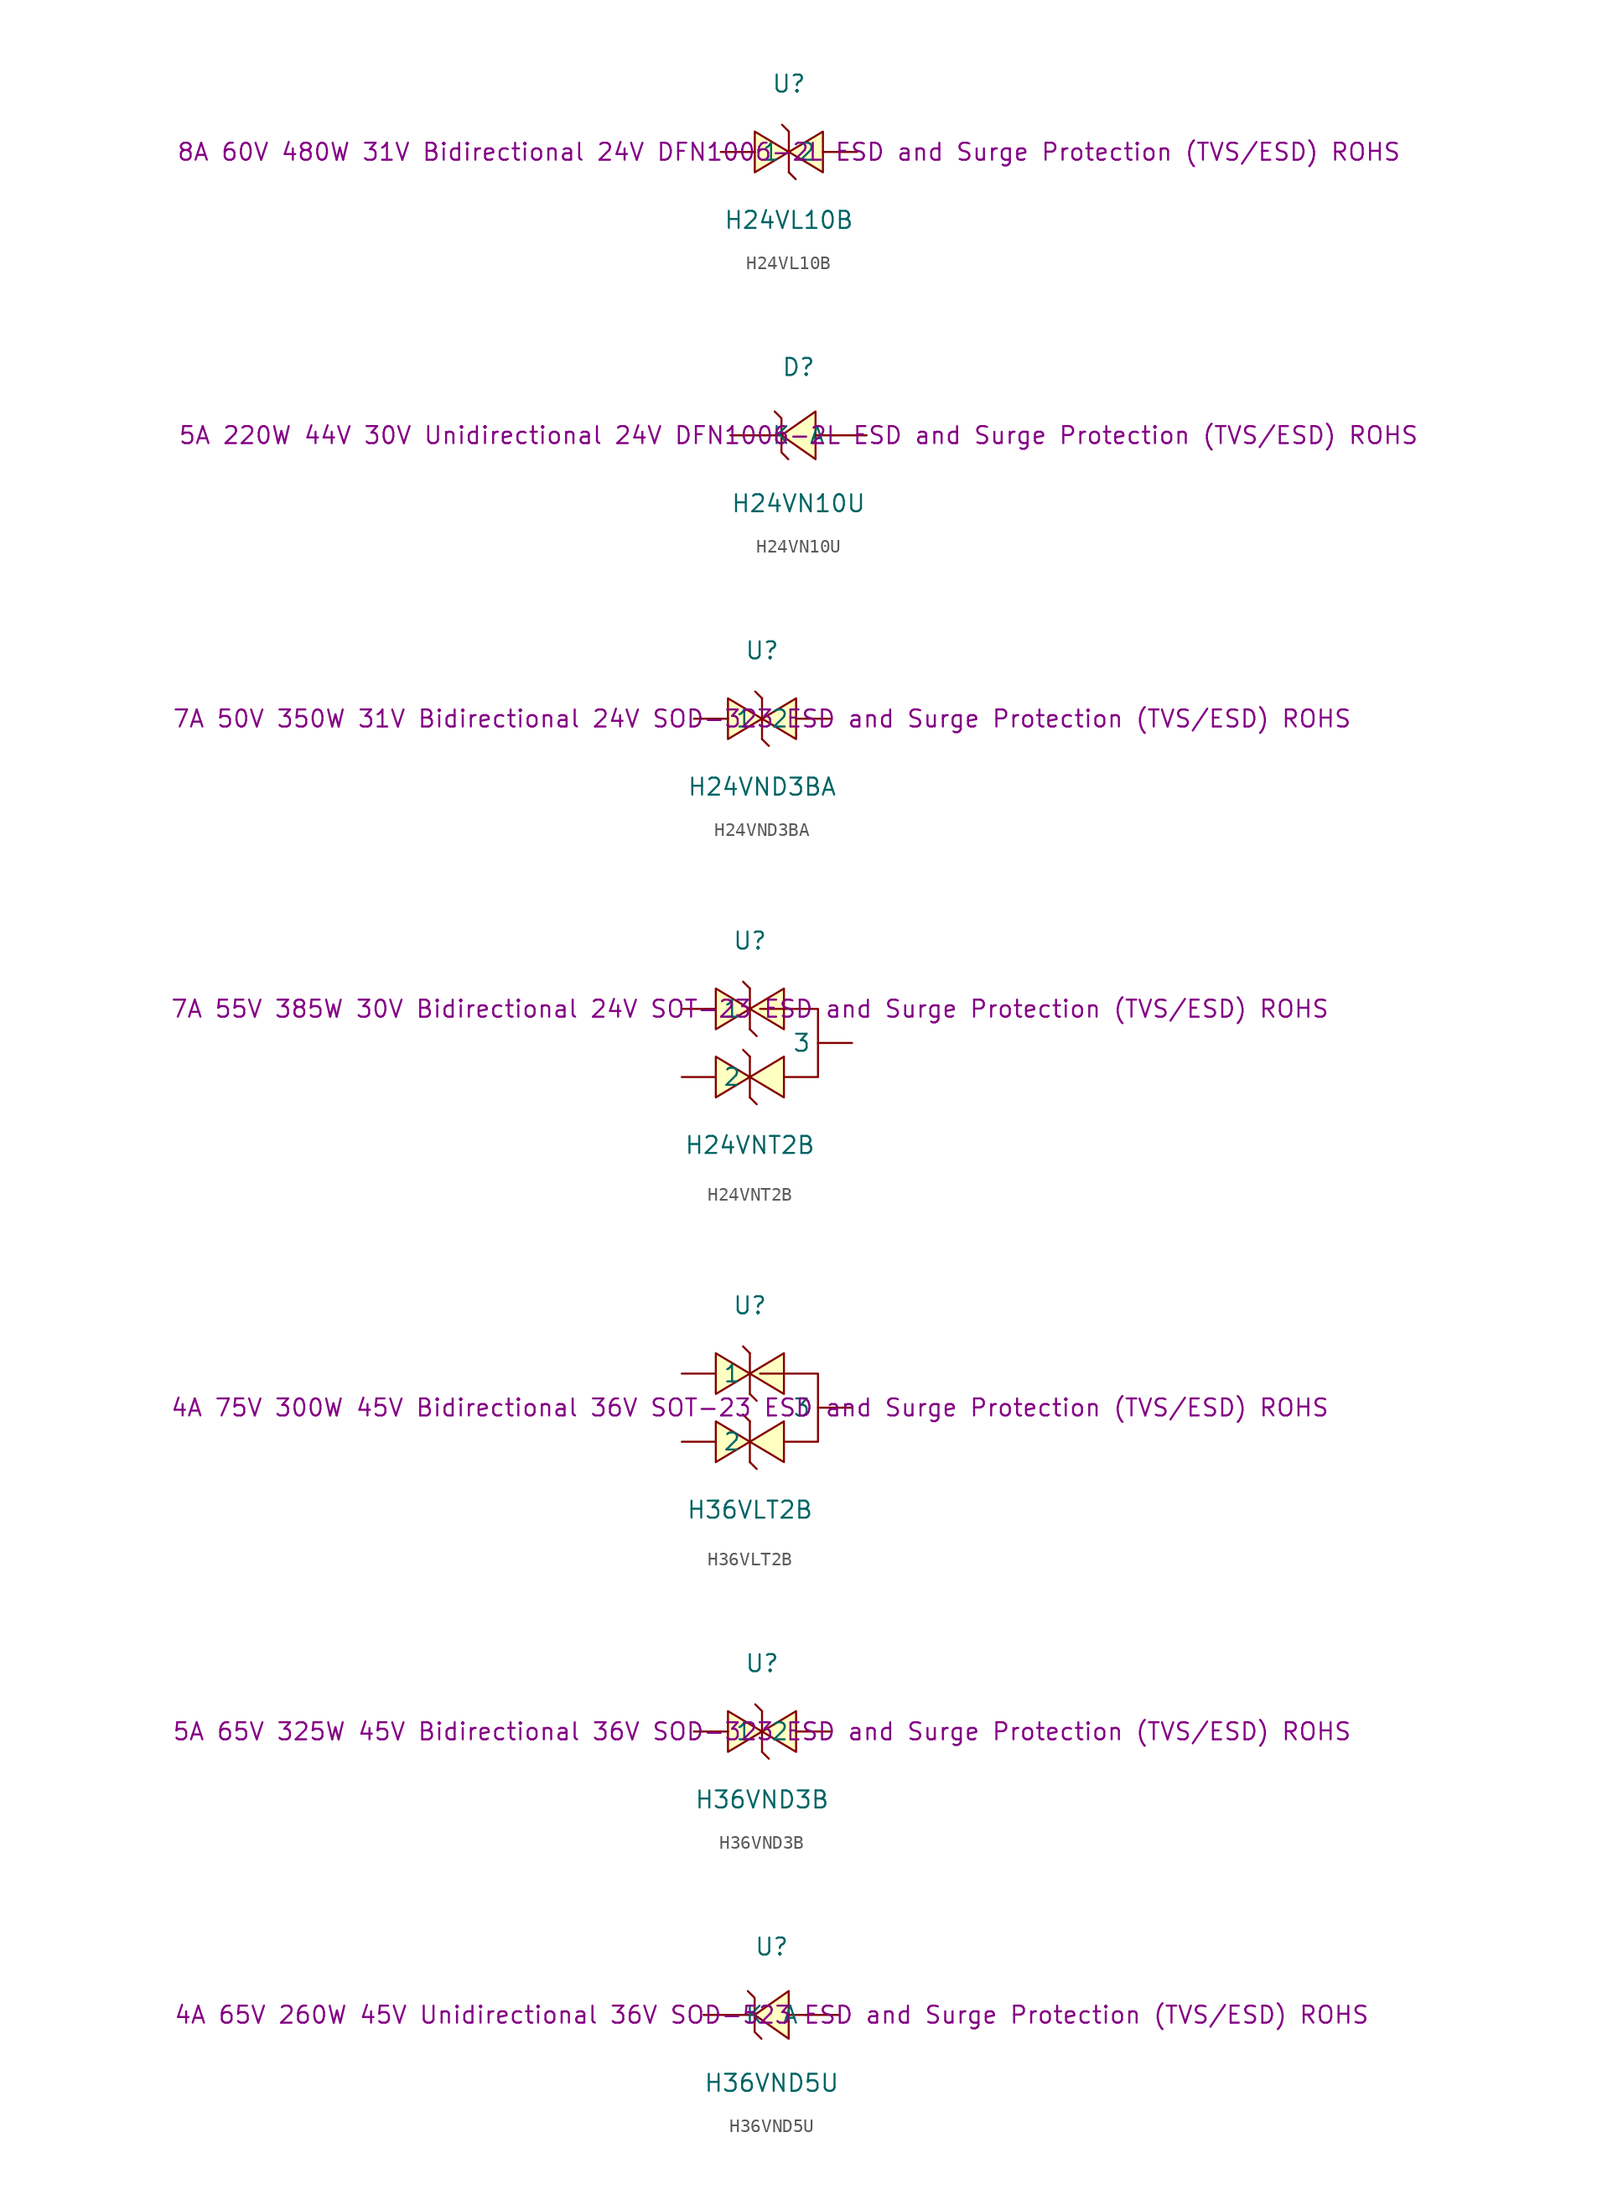
<source format=kicad_sym>
(kicad_symbol_lib
  (version 20241209)
  (generator "kicad_symbol_editor")
  (generator_version "9.0")
  (symbol "H24VL10B"
    (pin_numbers
      (hide yes))
    (property "Reference" "U"
      (at 0 5.08 0)
      (effects (font (size 1.27 1.27))))
    (property "Value" "H24VL10B"
      (at 0 -5.08 0)
      (effects (font (size 1.27 1.27))))
    (property "Description" "8A 60V 480W 31V Bidirectional 24V DFN1006-2L ESD and Surge Protection (TVS/ESD) ROHS"
      (at 0 0 0)
      (effects (font (size 1.27 1.27))))
    (symbol "H24VL10B_0_1"
      (polyline (pts (xy -2.54 1.52) (xy 0 0) (xy -2.54 -1.52) (xy -2.54 1.52)) (stroke (width 0) (type default)) (fill (type background)))
      (polyline (pts (xy 0 1.52) (xy -0.51 2.03) (xy 0 1.52)) (stroke (width 0) (type default)) (fill (type background)))
      (polyline (pts (xy 0 -1.52) (xy 0 1.52)) (stroke (width 0) (type default)) (fill (type none)))
      (polyline (pts (xy 0 -1.52) (xy 0.51 -2.03) (xy 0 -1.52)) (stroke (width 0) (type default)) (fill (type background)))
      (polyline (pts (xy 2.54 1.52) (xy 0 0) (xy 2.54 -1.52) (xy 2.54 1.52)) (stroke (width 0) (type default)) (fill (type background)))
      (pin unspecified line (at -5.08 0 0) (length 2.54) (name "1" (effects (font (size 1.27 1.27)))) (number "1" (effects (font (size 1.27 1.27)))))
      (pin unspecified line (at 5.08 0 180) (length 2.54) (name "2" (effects (font (size 1.27 1.27)))) (number "2" (effects (font (size 1.27 1.27)))))))
  (symbol "H24VN10U"
    (pin_numbers
      (hide yes))
    (property "Reference" "D"
      (at 0 5.08 0)
      (effects (font (size 1.27 1.27))))
    (property "Value" "H24VN10U"
      (at 0 -5.08 0)
      (effects (font (size 1.27 1.27))))
    (property "Description" "5A 220W 44V 30V Unidirectional 24V DFN1006-2L ESD and Surge Protection (TVS/ESD) ROHS"
      (at 0 0 0)
      (effects (font (size 1.27 1.27))))
    (symbol "H24VN10U_0_1"
      (polyline (pts (xy -1.78 1.78) (xy -1.27 1.27) (xy -1.27 -1.27) (xy -0.76 -1.78)) (stroke (width 0) (type default)) (fill (type none)))
      (polyline (pts (xy -1.27 0) (xy -2.54 0)) (stroke (width 0) (type default)) (fill (type none)))
      (polyline (pts (xy 1.27 1.78) (xy -1.27 0) (xy 1.27 -1.78) (xy 1.27 1.78)) (stroke (width 0) (type default)) (fill (type background)))
      (polyline (pts (xy 2.54 0) (xy 1.27 0)) (stroke (width 0) (type default)) (fill (type none)))
      (pin unspecified line (at -5.08 0 0) (length 2.54) (name "K" (effects (font (size 1.27 1.27)))) (number "1" (effects (font (size 1.27 1.27)))))
      (pin unspecified line (at 5.08 0 180) (length 2.54) (name "A" (effects (font (size 1.27 1.27)))) (number "2" (effects (font (size 1.27 1.27)))))))
  (symbol "H24VND3BA"
    (pin_numbers
      (hide yes))
    (property "Reference" "U"
      (at 0 5.08 0)
      (effects (font (size 1.27 1.27))))
    (property "Value" "H24VND3BA"
      (at 0 -5.08 0)
      (effects (font (size 1.27 1.27))))
    (property "Description" "7A 50V 350W 31V Bidirectional 24V SOD-323 ESD and Surge Protection (TVS/ESD) ROHS"
      (at 0 0 0)
      (effects (font (size 1.27 1.27))))
    (symbol "H24VND3BA_0_1"
      (polyline (pts (xy -2.54 1.52) (xy 0 0) (xy -2.54 -1.52) (xy -2.54 1.52)) (stroke (width 0) (type default)) (fill (type background)))
      (polyline (pts (xy 0 1.52) (xy -0.51 2.03) (xy 0 1.52)) (stroke (width 0) (type default)) (fill (type background)))
      (polyline (pts (xy 0 -1.52) (xy 0 1.52)) (stroke (width 0) (type default)) (fill (type none)))
      (polyline (pts (xy 0 -1.52) (xy 0.51 -2.03) (xy 0 -1.52)) (stroke (width 0) (type default)) (fill (type background)))
      (polyline (pts (xy 2.54 1.52) (xy 0 0) (xy 2.54 -1.52) (xy 2.54 1.52)) (stroke (width 0) (type default)) (fill (type background)))
      (pin unspecified line (at -5.08 0 0) (length 2.54) (name "1" (effects (font (size 1.27 1.27)))) (number "1" (effects (font (size 1.27 1.27)))))
      (pin unspecified line (at 5.08 0 180) (length 2.54) (name "2" (effects (font (size 1.27 1.27)))) (number "2" (effects (font (size 1.27 1.27)))))))
  (symbol "H24VNT2B"
    (pin_numbers
      (hide yes))
    (property "Reference" "U"
      (at 0 5.08 0)
      (effects (font (size 1.27 1.27))))
    (property "Value" "H24VNT2B"
      (at 0 -10.16 0)
      (effects (font (size 1.27 1.27))))
    (property "Description" "7A 55V 385W 30V Bidirectional 24V SOT-23 ESD and Surge Protection (TVS/ESD) ROHS"
      (at 0 0 0)
      (effects (font (size 1.27 1.27))))
    (symbol "H24VNT2B_0_1"
      (polyline (pts (xy -2.54 1.52) (xy 0 0) (xy -2.54 -1.52) (xy -2.54 1.52)) (stroke (width 0) (type default)) (fill (type background)))
      (polyline (pts (xy -2.54 -3.56) (xy 0 -5.08) (xy -2.54 -6.6) (xy -2.54 -3.56)) (stroke (width 0) (type default)) (fill (type background)))
      (polyline (pts (xy 0 1.52) (xy -0.51 2.03) (xy 0 1.52)) (stroke (width 0) (type default)) (fill (type background)))
      (polyline (pts (xy 0 -1.52) (xy 0 1.52)) (stroke (width 0) (type default)) (fill (type none)))
      (polyline (pts (xy 0 -1.52) (xy 0.51 -2.03) (xy 0 -1.52)) (stroke (width 0) (type default)) (fill (type background)))
      (polyline (pts (xy 0 -3.56) (xy -0.51 -3.05) (xy 0 -3.56)) (stroke (width 0) (type default)) (fill (type background)))
      (polyline (pts (xy 0 -6.6) (xy 0 -3.56)) (stroke (width 0) (type default)) (fill (type none)))
      (polyline (pts (xy 0 -6.6) (xy 0.51 -7.11) (xy 0 -6.6)) (stroke (width 0) (type default)) (fill (type background)))
      (polyline (pts (xy 2.54 1.52) (xy 0 0) (xy 2.54 -1.52) (xy 2.54 1.52)) (stroke (width 0) (type default)) (fill (type background)))
      (polyline (pts (xy 2.54 -3.56) (xy 0 -5.08) (xy 2.54 -6.6) (xy 2.54 -3.56)) (stroke (width 0) (type default)) (fill (type background)))
      (polyline (pts (xy 2.54 -5.08) (xy 5.08 -5.08) (xy 5.08 -2.54) (xy 5.08 0) (xy 0.76 0)) (stroke (width 0) (type default)) (fill (type none)))
      (pin unspecified line (at -5.08 0 0) (length 2.54) (name "1" (effects (font (size 1.27 1.27)))) (number "1" (effects (font (size 1.27 1.27)))))
      (pin unspecified line (at -5.08 -5.08 0) (length 2.54) (name "2" (effects (font (size 1.27 1.27)))) (number "2" (effects (font (size 1.27 1.27)))))
      (pin unspecified line (at 7.62 -2.54 180) (length 2.54) (name "3" (effects (font (size 1.27 1.27)))) (number "3" (effects (font (size 1.27 1.27)))))))
  (symbol "H36VLT2B"
    (pin_numbers
      (hide yes))
    (property "Reference" "U"
      (at 0 7.62 0)
      (effects (font (size 1.27 1.27))))
    (property "Value" "H36VLT2B"
      (at 0 -7.62 0)
      (effects (font (size 1.27 1.27))))
    (property "Description" "4A 75V 300W 45V Bidirectional 36V SOT-23 ESD and Surge Protection (TVS/ESD) ROHS"
      (at 0 0 0)
      (effects (font (size 1.27 1.27))))
    (symbol "H36VLT2B_0_1"
      (polyline (pts (xy -2.54 4.06) (xy 0 2.54) (xy -2.54 1.02) (xy -2.54 4.06)) (stroke (width 0) (type default)) (fill (type background)))
      (polyline (pts (xy -2.54 -1.02) (xy 0 -2.54) (xy -2.54 -4.06) (xy -2.54 -1.02)) (stroke (width 0) (type default)) (fill (type background)))
      (polyline (pts (xy 0 4.06) (xy -0.51 4.57) (xy 0 4.06)) (stroke (width 0) (type default)) (fill (type background)))
      (polyline (pts (xy 0 1.02) (xy 0 4.06)) (stroke (width 0) (type default)) (fill (type none)))
      (polyline (pts (xy 0 1.02) (xy 0.51 0.51) (xy 0 1.02)) (stroke (width 0) (type default)) (fill (type background)))
      (polyline (pts (xy 0 -1.02) (xy -0.51 -0.51) (xy 0 -1.02)) (stroke (width 0) (type default)) (fill (type background)))
      (polyline (pts (xy 0 -4.06) (xy 0 -1.02)) (stroke (width 0) (type default)) (fill (type none)))
      (polyline (pts (xy 0 -4.06) (xy 0.51 -4.57) (xy 0 -4.06)) (stroke (width 0) (type default)) (fill (type background)))
      (polyline (pts (xy 2.54 4.06) (xy 0 2.54) (xy 2.54 1.02) (xy 2.54 4.06)) (stroke (width 0) (type default)) (fill (type background)))
      (polyline (pts (xy 2.54 -1.02) (xy 0 -2.54) (xy 2.54 -4.06) (xy 2.54 -1.02)) (stroke (width 0) (type default)) (fill (type background)))
      (polyline (pts (xy 2.54 -2.54) (xy 5.08 -2.54) (xy 5.08 0) (xy 5.08 2.54) (xy 0.76 2.54)) (stroke (width 0) (type default)) (fill (type none)))
      (pin unspecified line (at -5.08 2.54 0) (length 2.54) (name "1" (effects (font (size 1.27 1.27)))) (number "1" (effects (font (size 1.27 1.27)))))
      (pin unspecified line (at -5.08 -2.54 0) (length 2.54) (name "2" (effects (font (size 1.27 1.27)))) (number "2" (effects (font (size 1.27 1.27)))))
      (pin unspecified line (at 7.62 0 180) (length 2.54) (name "3" (effects (font (size 1.27 1.27)))) (number "3" (effects (font (size 1.27 1.27)))))))
  (symbol "H36VND3B"
    (pin_numbers
      (hide yes))
    (property "Reference" "U"
      (at 0 5.08 0)
      (effects (font (size 1.27 1.27))))
    (property "Value" "H36VND3B"
      (at 0 -5.08 0)
      (effects (font (size 1.27 1.27))))
    (property "Description" "5A 65V 325W 45V Bidirectional 36V SOD-323 ESD and Surge Protection (TVS/ESD) ROHS"
      (at 0 0 0)
      (effects (font (size 1.27 1.27))))
    (symbol "H36VND3B_0_1"
      (polyline (pts (xy -2.54 1.52) (xy 0 0) (xy -2.54 -1.52) (xy -2.54 1.52)) (stroke (width 0) (type default)) (fill (type background)))
      (polyline (pts (xy 0 1.52) (xy -0.51 2.03) (xy 0 1.52)) (stroke (width 0) (type default)) (fill (type background)))
      (polyline (pts (xy 0 -1.52) (xy 0 1.52)) (stroke (width 0) (type default)) (fill (type none)))
      (polyline (pts (xy 0 -1.52) (xy 0.51 -2.03) (xy 0 -1.52)) (stroke (width 0) (type default)) (fill (type background)))
      (polyline (pts (xy 2.54 1.52) (xy 0 0) (xy 2.54 -1.52) (xy 2.54 1.52)) (stroke (width 0) (type default)) (fill (type background)))
      (pin unspecified line (at -5.08 0 0) (length 2.54) (name "1" (effects (font (size 1.27 1.27)))) (number "1" (effects (font (size 1.27 1.27)))))
      (pin unspecified line (at 5.08 0 180) (length 2.54) (name "2" (effects (font (size 1.27 1.27)))) (number "2" (effects (font (size 1.27 1.27)))))))
  (symbol "H36VND5U"
    (pin_numbers
      (hide yes))
    (property "Reference" "U"
      (at 0 5.08 0)
      (effects (font (size 1.27 1.27))))
    (property "Value" "H36VND5U"
      (at 0 -5.08 0)
      (effects (font (size 1.27 1.27))))
    (property "Description" "4A 65V 260W 45V Unidirectional 36V SOD-523 ESD and Surge Protection (TVS/ESD) ROHS"
      (at 0 0 0)
      (effects (font (size 1.27 1.27))))
    (symbol "H36VND5U_0_1"
      (polyline (pts (xy -1.78 1.78) (xy -1.27 1.27) (xy -1.27 -1.27) (xy -0.76 -1.78)) (stroke (width 0) (type default)) (fill (type none)))
      (polyline (pts (xy -1.27 0) (xy -2.54 0)) (stroke (width 0) (type default)) (fill (type none)))
      (polyline (pts (xy 1.27 1.78) (xy -1.27 0) (xy 1.27 -1.78) (xy 1.27 1.78)) (stroke (width 0) (type default)) (fill (type background)))
      (polyline (pts (xy 2.54 0) (xy 1.27 0)) (stroke (width 0) (type default)) (fill (type none)))
      (pin unspecified line (at -5.08 0 0) (length 2.54) (name "K" (effects (font (size 1.27 1.27)))) (number "1" (effects (font (size 1.27 1.27)))))
      (pin unspecified line (at 5.08 0 180) (length 2.54) (name "A" (effects (font (size 1.27 1.27)))) (number "2" (effects (font (size 1.27 1.27))))))))
</source>
